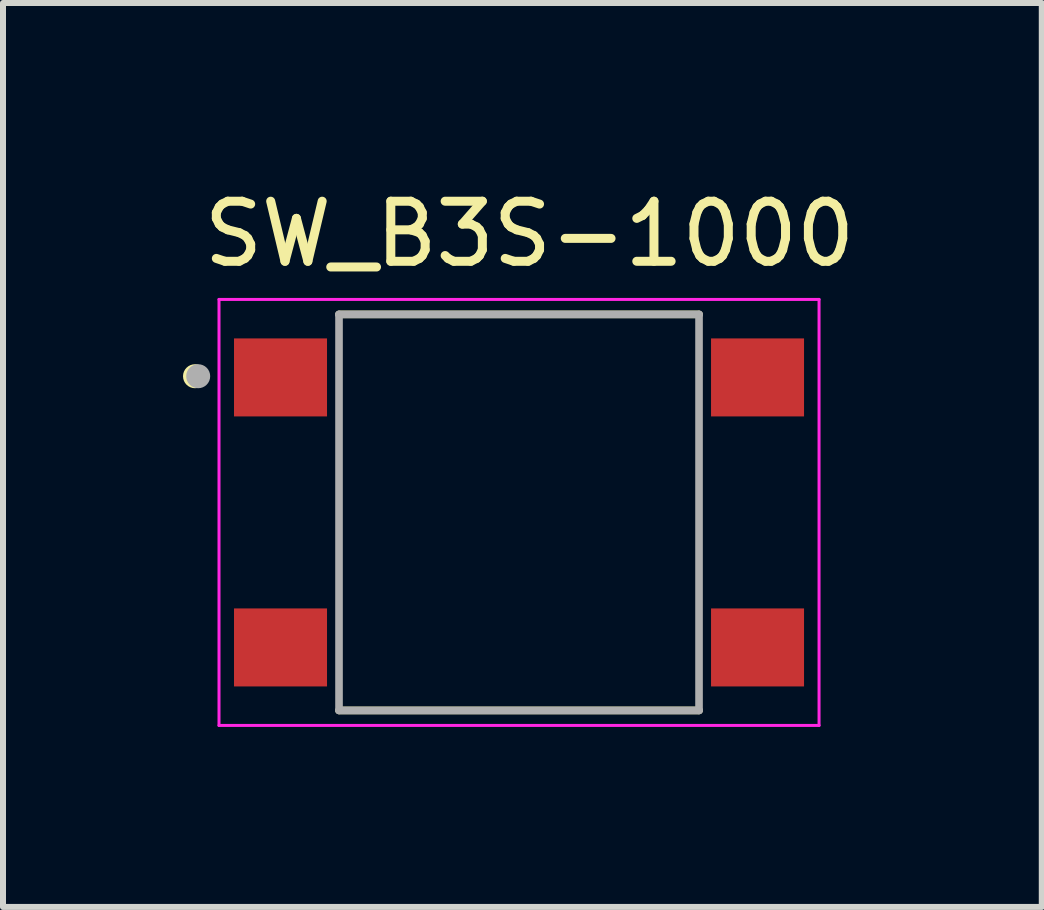
<source format=kicad_pcb>
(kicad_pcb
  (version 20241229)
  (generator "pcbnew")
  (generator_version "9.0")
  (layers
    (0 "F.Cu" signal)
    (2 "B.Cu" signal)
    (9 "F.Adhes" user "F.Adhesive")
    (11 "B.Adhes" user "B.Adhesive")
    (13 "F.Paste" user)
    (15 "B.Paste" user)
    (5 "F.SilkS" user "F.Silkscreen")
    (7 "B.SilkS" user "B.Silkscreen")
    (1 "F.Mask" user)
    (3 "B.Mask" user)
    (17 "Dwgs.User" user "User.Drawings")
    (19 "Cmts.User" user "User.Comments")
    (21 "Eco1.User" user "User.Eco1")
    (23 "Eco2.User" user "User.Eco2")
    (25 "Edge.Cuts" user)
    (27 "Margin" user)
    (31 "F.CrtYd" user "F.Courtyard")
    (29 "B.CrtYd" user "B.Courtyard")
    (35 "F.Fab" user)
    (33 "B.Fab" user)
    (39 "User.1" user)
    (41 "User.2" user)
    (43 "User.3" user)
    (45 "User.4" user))
  (footprint "SW_B3S-1000"
    (layer "F.Cu")
    (at 5.6 5.49)
    (property "Reference" "SW_B3S-1000" (at 0.175 -4.641 0) (layer "F.SilkS") (effects (font (size 1.001 1.001) (thickness 0.15))))
    (attr smd)
    (fp_line (start -3 3.3) (end 3 3.3) (stroke (width 0.127) (type solid)) (layer "F.SilkS"))
    (fp_line (start 3 -3.3) (end -3 -3.3) (stroke (width 0.127) (type solid)) (layer "F.SilkS"))
    (fp_circle (center -5.4 -2.27) (end -5.3 -2.27) (stroke (width 0.2) (type solid)) (fill no) (layer "F.SilkS"))
    (fp_line (start -5 -3.55) (end 5 -3.55) (stroke (width 0.05) (type solid)) (layer "F.CrtYd"))
    (fp_line (start -5 3.55) (end -5 -3.55) (stroke (width 0.05) (type solid)) (layer "F.CrtYd"))
    (fp_line (start -5 3.55) (end 5 3.55) (stroke (width 0.05) (type solid)) (layer "F.CrtYd"))
    (fp_line (start 5 -3.55) (end 5 3.55) (stroke (width 0.05) (type solid)) (layer "F.CrtYd"))
    (fp_line (start -3 -3.3) (end -3 3.3) (stroke (width 0.127) (type solid)) (layer "F.Fab"))
    (fp_line (start -3 3.3) (end 3 3.3) (stroke (width 0.127) (type solid)) (layer "F.Fab"))
    (fp_line (start 3 -3.3) (end -3 -3.3) (stroke (width 0.127) (type solid)) (layer "F.Fab"))
    (fp_line (start 3 3.3) (end 3 -3.3) (stroke (width 0.127) (type solid)) (layer "F.Fab"))
    (fp_circle (center -5.347 -2.27) (end -5.247 -2.27) (stroke (width 0.2) (type solid)) (fill no) (layer "F.Fab"))
    (pad "1" smd rect (at -3.975 -2.25) (size 1.55 1.3) (layers "F.Cu" "F.Mask" "F.Paste"))
    (pad "2" smd rect (at 3.975 -2.25) (size 1.55 1.3) (layers "F.Cu" "F.Mask" "F.Paste"))
    (pad "3" smd rect (at -3.975 2.25) (size 1.55 1.3) (layers "F.Cu" "F.Mask" "F.Paste"))
    (pad "4" smd rect (at 3.975 2.25) (size 1.55 1.3) (layers "F.Cu" "F.Mask" "F.Paste")))
  (gr_rect
    (start -3 -3)
    (end 14.312 12.065)
    (stroke (width 0.1) (type default))
    (fill no)
    (layer "Edge.Cuts")))
</source>
